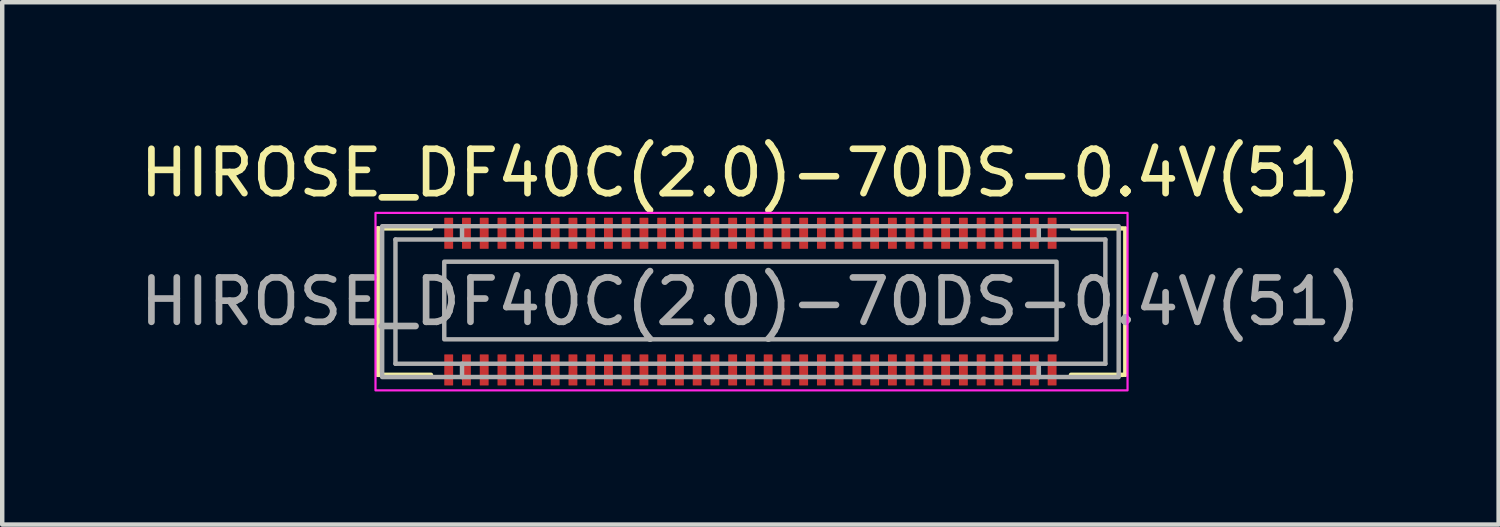
<source format=kicad_pcb>
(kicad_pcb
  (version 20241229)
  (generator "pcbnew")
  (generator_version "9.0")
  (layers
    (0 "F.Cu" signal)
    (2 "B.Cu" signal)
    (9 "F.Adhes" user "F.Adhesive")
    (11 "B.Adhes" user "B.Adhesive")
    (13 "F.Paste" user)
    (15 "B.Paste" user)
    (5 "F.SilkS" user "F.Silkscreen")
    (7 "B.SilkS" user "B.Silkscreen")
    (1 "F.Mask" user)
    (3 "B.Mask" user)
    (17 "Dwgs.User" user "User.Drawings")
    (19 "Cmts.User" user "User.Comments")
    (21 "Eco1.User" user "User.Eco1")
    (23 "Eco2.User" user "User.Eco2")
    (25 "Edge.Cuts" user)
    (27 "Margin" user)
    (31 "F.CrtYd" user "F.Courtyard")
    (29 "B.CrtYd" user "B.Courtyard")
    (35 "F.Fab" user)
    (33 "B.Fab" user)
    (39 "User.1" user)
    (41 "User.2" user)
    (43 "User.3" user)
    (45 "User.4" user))
  (footprint "HIROSE_DF40C(2.0)-70DS-0.4V(51)"
    (layer "F.Cu")
    (at 13.863 3.748)
    (property "Reference" "HIROSE_DF40C(2.0)-70DS-0.4V(51)" (at 0 -2.9 0) (unlocked yes) (layer "F.SilkS") (effects (font (size 1 1) (thickness 0.15))))
    (attr smd)
    (fp_rect (start -6.9 1.19) (end -6.7 1.89) (stroke (width 0) (type solid)) (fill yes) (layer "F.Mask"))
    (fp_rect (start -6.7 -1.19) (end -6.9 -1.89) (stroke (width 0) (type solid)) (fill yes) (layer "F.Mask"))
    (fp_rect (start -6.5 1.19) (end -6.3 1.89) (stroke (width 0) (type solid)) (fill yes) (layer "F.Mask"))
    (fp_rect (start -6.3 -1.19) (end -6.5 -1.89) (stroke (width 0) (type solid)) (fill yes) (layer "F.Mask"))
    (fp_rect (start -6.1 1.19) (end -5.9 1.89) (stroke (width 0) (type solid)) (fill yes) (layer "F.Mask"))
    (fp_rect (start -5.9 -1.19) (end -6.1 -1.89) (stroke (width 0) (type solid)) (fill yes) (layer "F.Mask"))
    (fp_rect (start -5.7 1.19) (end -5.5 1.89) (stroke (width 0) (type solid)) (fill yes) (layer "F.Mask"))
    (fp_rect (start -5.5 -1.19) (end -5.7 -1.89) (stroke (width 0) (type solid)) (fill yes) (layer "F.Mask"))
    (fp_rect (start -5.3 1.19) (end -5.1 1.89) (stroke (width 0) (type solid)) (fill yes) (layer "F.Mask"))
    (fp_rect (start -5.1 -1.19) (end -5.3 -1.89) (stroke (width 0) (type solid)) (fill yes) (layer "F.Mask"))
    (fp_rect (start -4.9 1.19) (end -4.7 1.89) (stroke (width 0) (type solid)) (fill yes) (layer "F.Mask"))
    (fp_rect (start -4.7 -1.19) (end -4.9 -1.89) (stroke (width 0) (type solid)) (fill yes) (layer "F.Mask"))
    (fp_rect (start -4.5 1.19) (end -4.3 1.89) (stroke (width 0) (type solid)) (fill yes) (layer "F.Mask"))
    (fp_rect (start -4.3 -1.19) (end -4.5 -1.89) (stroke (width 0) (type solid)) (fill yes) (layer "F.Mask"))
    (fp_rect (start -4.1 1.19) (end -3.9 1.89) (stroke (width 0) (type solid)) (fill yes) (layer "F.Mask"))
    (fp_rect (start -3.9 -1.19) (end -4.1 -1.89) (stroke (width 0) (type solid)) (fill yes) (layer "F.Mask"))
    (fp_rect (start -3.7 1.19) (end -3.5 1.89) (stroke (width 0) (type solid)) (fill yes) (layer "F.Mask"))
    (fp_rect (start -3.5 -1.19) (end -3.7 -1.89) (stroke (width 0) (type solid)) (fill yes) (layer "F.Mask"))
    (fp_rect (start -3.3 1.19) (end -3.1 1.89) (stroke (width 0) (type solid)) (fill yes) (layer "F.Mask"))
    (fp_rect (start -3.1 -1.19) (end -3.3 -1.89) (stroke (width 0) (type solid)) (fill yes) (layer "F.Mask"))
    (fp_rect (start -2.9 1.19) (end -2.7 1.89) (stroke (width 0) (type solid)) (fill yes) (layer "F.Mask"))
    (fp_rect (start -2.7 -1.19) (end -2.9 -1.89) (stroke (width 0) (type solid)) (fill yes) (layer "F.Mask"))
    (fp_rect (start -2.5 1.19) (end -2.3 1.89) (stroke (width 0) (type solid)) (fill yes) (layer "F.Mask"))
    (fp_rect (start -2.3 -1.19) (end -2.5 -1.89) (stroke (width 0) (type solid)) (fill yes) (layer "F.Mask"))
    (fp_rect (start -2.1 1.19) (end -1.9 1.89) (stroke (width 0) (type solid)) (fill yes) (layer "F.Mask"))
    (fp_rect (start -1.9 -1.19) (end -2.1 -1.89) (stroke (width 0) (type solid)) (fill yes) (layer "F.Mask"))
    (fp_rect (start -1.7 1.19) (end -1.5 1.89) (stroke (width 0) (type solid)) (fill yes) (layer "F.Mask"))
    (fp_rect (start -1.5 -1.19) (end -1.7 -1.89) (stroke (width 0) (type solid)) (fill yes) (layer "F.Mask"))
    (fp_rect (start -1.3 1.19) (end -1.1 1.89) (stroke (width 0) (type solid)) (fill yes) (layer "F.Mask"))
    (fp_rect (start -1.1 -1.19) (end -1.3 -1.89) (stroke (width 0) (type solid)) (fill yes) (layer "F.Mask"))
    (fp_rect (start -0.9 1.19) (end -0.7 1.89) (stroke (width 0) (type solid)) (fill yes) (layer "F.Mask"))
    (fp_rect (start -0.7 -1.19) (end -0.9 -1.89) (stroke (width 0) (type solid)) (fill yes) (layer "F.Mask"))
    (fp_rect (start -0.5 1.19) (end -0.3 1.89) (stroke (width 0) (type solid)) (fill yes) (layer "F.Mask"))
    (fp_rect (start -0.3 -1.19) (end -0.5 -1.89) (stroke (width 0) (type solid)) (fill yes) (layer "F.Mask"))
    (fp_rect (start -0.1 1.19) (end 0.1 1.89) (stroke (width 0) (type solid)) (fill yes) (layer "F.Mask"))
    (fp_rect (start 0.1 -1.19) (end -0.1 -1.89) (stroke (width 0) (type solid)) (fill yes) (layer "F.Mask"))
    (fp_rect (start 0.3 1.19) (end 0.5 1.89) (stroke (width 0) (type solid)) (fill yes) (layer "F.Mask"))
    (fp_rect (start 0.5 -1.19) (end 0.3 -1.89) (stroke (width 0) (type solid)) (fill yes) (layer "F.Mask"))
    (fp_rect (start 0.7 1.19) (end 0.9 1.89) (stroke (width 0) (type solid)) (fill yes) (layer "F.Mask"))
    (fp_rect (start 0.9 -1.19) (end 0.7 -1.89) (stroke (width 0) (type solid)) (fill yes) (layer "F.Mask"))
    (fp_rect (start 1.1 1.19) (end 1.3 1.89) (stroke (width 0) (type solid)) (fill yes) (layer "F.Mask"))
    (fp_rect (start 1.3 -1.19) (end 1.1 -1.89) (stroke (width 0) (type solid)) (fill yes) (layer "F.Mask"))
    (fp_rect (start 1.5 1.19) (end 1.7 1.89) (stroke (width 0) (type solid)) (fill yes) (layer "F.Mask"))
    (fp_rect (start 1.7 -1.19) (end 1.5 -1.89) (stroke (width 0) (type solid)) (fill yes) (layer "F.Mask"))
    (fp_rect (start 1.9 1.19) (end 2.1 1.89) (stroke (width 0) (type solid)) (fill yes) (layer "F.Mask"))
    (fp_rect (start 2.1 -1.19) (end 1.9 -1.89) (stroke (width 0) (type solid)) (fill yes) (layer "F.Mask"))
    (fp_rect (start 2.3 1.19) (end 2.5 1.89) (stroke (width 0) (type solid)) (fill yes) (layer "F.Mask"))
    (fp_rect (start 2.5 -1.19) (end 2.3 -1.89) (stroke (width 0) (type solid)) (fill yes) (layer "F.Mask"))
    (fp_rect (start 2.7 1.19) (end 2.9 1.89) (stroke (width 0) (type solid)) (fill yes) (layer "F.Mask"))
    (fp_rect (start 2.9 -1.19) (end 2.7 -1.89) (stroke (width 0) (type solid)) (fill yes) (layer "F.Mask"))
    (fp_rect (start 3.1 1.19) (end 3.3 1.89) (stroke (width 0) (type solid)) (fill yes) (layer "F.Mask"))
    (fp_rect (start 3.3 -1.19) (end 3.1 -1.89) (stroke (width 0) (type solid)) (fill yes) (layer "F.Mask"))
    (fp_rect (start 3.5 1.19) (end 3.7 1.89) (stroke (width 0) (type solid)) (fill yes) (layer "F.Mask"))
    (fp_rect (start 3.7 -1.19) (end 3.5 -1.89) (stroke (width 0) (type solid)) (fill yes) (layer "F.Mask"))
    (fp_rect (start 3.9 1.19) (end 4.1 1.89) (stroke (width 0) (type solid)) (fill yes) (layer "F.Mask"))
    (fp_rect (start 4.1 -1.19) (end 3.9 -1.89) (stroke (width 0) (type solid)) (fill yes) (layer "F.Mask"))
    (fp_rect (start 4.3 1.19) (end 4.5 1.89) (stroke (width 0) (type solid)) (fill yes) (layer "F.Mask"))
    (fp_rect (start 4.5 -1.19) (end 4.3 -1.89) (stroke (width 0) (type solid)) (fill yes) (layer "F.Mask"))
    (fp_rect (start 4.7 1.19) (end 4.9 1.89) (stroke (width 0) (type solid)) (fill yes) (layer "F.Mask"))
    (fp_rect (start 4.9 -1.19) (end 4.7 -1.89) (stroke (width 0) (type solid)) (fill yes) (layer "F.Mask"))
    (fp_rect (start 5.1 1.19) (end 5.3 1.89) (stroke (width 0) (type solid)) (fill yes) (layer "F.Mask"))
    (fp_rect (start 5.3 -1.19) (end 5.1 -1.89) (stroke (width 0) (type solid)) (fill yes) (layer "F.Mask"))
    (fp_rect (start 5.5 1.19) (end 5.7 1.89) (stroke (width 0) (type solid)) (fill yes) (layer "F.Mask"))
    (fp_rect (start 5.7 -1.19) (end 5.5 -1.89) (stroke (width 0) (type solid)) (fill yes) (layer "F.Mask"))
    (fp_rect (start 5.9 1.19) (end 6.1 1.89) (stroke (width 0) (type solid)) (fill yes) (layer "F.Mask"))
    (fp_rect (start 6.1 -1.19) (end 5.9 -1.89) (stroke (width 0) (type solid)) (fill yes) (layer "F.Mask"))
    (fp_rect (start 6.3 1.19) (end 6.5 1.89) (stroke (width 0) (type solid)) (fill yes) (layer "F.Mask"))
    (fp_rect (start 6.5 -1.19) (end 6.3 -1.89) (stroke (width 0) (type solid)) (fill yes) (layer "F.Mask"))
    (fp_rect (start 6.9 -1.19) (end 6.7 -1.89) (stroke (width 0) (type solid)) (fill yes) (layer "F.Mask"))
    (fp_line (start -8.4 -1.65) (end -7.2 -1.65) (stroke (width 0.1) (type default)) (layer "F.SilkS"))
    (fp_line (start -8.4 1.65) (end -8.4 -1.65) (stroke (width 0.1) (type default)) (layer "F.SilkS"))
    (fp_line (start -7.2 1.65) (end -8.4 1.65) (stroke (width 0.1) (type default)) (layer "F.SilkS"))
    (fp_line (start 7.25 -1.65) (end 8.4 -1.65) (stroke (width 0.1) (type default)) (layer "F.SilkS"))
    (fp_line (start 8.4 1.65) (end 7.225 1.65) (stroke (width 0.1) (type default)) (layer "F.SilkS"))
    (fp_line (start 8.45 -1.65) (end 8.45 1.65) (stroke (width 0.1) (type default)) (layer "F.SilkS"))
    (fp_rect (start 8.5 -2) (end -8.45 2) (stroke (width 0.05) (type solid)) (fill no) (layer "F.CrtYd"))
    (fp_line (start -8 -1.4) (end -8 1.4) (stroke (width 0.1) (type default)) (layer "F.Fab"))
    (fp_line (start -8 1.4) (end 8 1.4) (stroke (width 0.1) (type default)) (layer "F.Fab"))
    (fp_line (start -6.5 -1.7) (end -6.5 -1.4) (stroke (width 0.1) (type default)) (layer "F.Fab"))
    (fp_line (start -6.5 1.7) (end -6.5 1.4) (stroke (width 0.1) (type default)) (layer "F.Fab"))
    (fp_line (start 6.5 -1.4) (end 6.5 -1.7) (stroke (width 0.1) (type default)) (layer "F.Fab"))
    (fp_line (start 6.5 1.5) (end 6.5 1.7) (stroke (width 0.1) (type default)) (layer "F.Fab"))
    (fp_line (start 6.5 1.7) (end 6.5 1.4) (stroke (width 0.1) (type default)) (layer "F.Fab"))
    (fp_line (start 8 -1.4) (end -8 -1.4) (stroke (width 0.1) (type default)) (layer "F.Fab"))
    (fp_line (start 8 -1.4) (end 8 1.4) (stroke (width 0.1) (type default)) (layer "F.Fab"))
    (fp_rect (start -8.3 -1.7) (end 8.3 1.7) (stroke (width 0.1) (type default)) (fill no) (layer "F.Fab"))
    (fp_rect (start -6.9 -0.9) (end 6.9 0.85) (stroke (width 0.1) (type default)) (fill no) (layer "F.Fab"))
    (fp_text user "${REFERENCE}" (at 0 0 0) (unlocked yes) (layer "F.Fab") (effects (font (size 1 1) (thickness 0.15))))
    (pad "1" smd roundrect (at 6.8 1.54 180) (size 0.2 0.7) (layers "F.Cu" "F.Mask" "F.Paste") (roundrect_rratio 0.05))
    (pad "2" smd roundrect (at 6.8 -1.54 180) (size 0.2 0.7) (layers "F.Cu" "F.Mask" "F.Paste") (roundrect_rratio 0.05))
    (pad "3" smd roundrect (at 6.4 1.54 180) (size 0.2 0.7) (layers "F.Cu" "F.Mask" "F.Paste") (roundrect_rratio 0.05))
    (pad "4" smd roundrect (at 6.4 -1.54 180) (size 0.2 0.7) (layers "F.Cu" "F.Mask" "F.Paste") (roundrect_rratio 0.05))
    (pad "5" smd roundrect (at 6 1.54 180) (size 0.2 0.7) (layers "F.Cu" "F.Mask" "F.Paste") (roundrect_rratio 0.05))
    (pad "6" smd roundrect (at 6 -1.54 180) (size 0.2 0.7) (layers "F.Cu" "F.Mask" "F.Paste") (roundrect_rratio 0.05))
    (pad "7" smd roundrect (at 5.6 1.54 180) (size 0.2 0.7) (layers "F.Cu" "F.Mask" "F.Paste") (roundrect_rratio 0.05))
    (pad "8" smd roundrect (at 5.6 -1.54 180) (size 0.2 0.7) (layers "F.Cu" "F.Mask" "F.Paste") (roundrect_rratio 0.05))
    (pad "9" smd roundrect (at 5.2 1.54 180) (size 0.2 0.7) (layers "F.Cu" "F.Mask" "F.Paste") (roundrect_rratio 0.05))
    (pad "10" smd roundrect (at 5.2 -1.54 180) (size 0.2 0.7) (layers "F.Cu" "F.Mask" "F.Paste") (roundrect_rratio 0.05))
    (pad "11" smd roundrect (at 4.8 1.54 180) (size 0.2 0.7) (layers "F.Cu" "F.Mask" "F.Paste") (roundrect_rratio 0.05))
    (pad "12" smd roundrect (at 4.8 -1.54 180) (size 0.2 0.7) (layers "F.Cu" "F.Mask" "F.Paste") (roundrect_rratio 0.05))
    (pad "13" smd roundrect (at 4.4 1.54 180) (size 0.2 0.7) (layers "F.Cu" "F.Mask" "F.Paste") (roundrect_rratio 0.05))
    (pad "14" smd roundrect (at 4.4 -1.54 180) (size 0.2 0.7) (layers "F.Cu" "F.Mask" "F.Paste") (roundrect_rratio 0.05))
    (pad "15" smd roundrect (at 4 1.54 180) (size 0.2 0.7) (layers "F.Cu" "F.Mask" "F.Paste") (roundrect_rratio 0.05))
    (pad "16" smd roundrect (at 4 -1.54 180) (size 0.2 0.7) (layers "F.Cu" "F.Mask" "F.Paste") (roundrect_rratio 0.05))
    (pad "17" smd roundrect (at 3.6 1.54 180) (size 0.2 0.7) (layers "F.Cu" "F.Mask" "F.Paste") (roundrect_rratio 0.05))
    (pad "18" smd roundrect (at 3.6 -1.54 180) (size 0.2 0.7) (layers "F.Cu" "F.Mask" "F.Paste") (roundrect_rratio 0.05))
    (pad "19" smd roundrect (at 3.2 1.54 180) (size 0.2 0.7) (layers "F.Cu" "F.Mask" "F.Paste") (roundrect_rratio 0.05))
    (pad "20" smd roundrect (at 3.2 -1.54 180) (size 0.2 0.7) (layers "F.Cu" "F.Mask" "F.Paste") (roundrect_rratio 0.05))
    (pad "21" smd roundrect (at 2.8 1.54 180) (size 0.2 0.7) (layers "F.Cu" "F.Mask" "F.Paste") (roundrect_rratio 0.05))
    (pad "22" smd roundrect (at 2.8 -1.54 180) (size 0.2 0.7) (layers "F.Cu" "F.Mask" "F.Paste") (roundrect_rratio 0.05))
    (pad "23" smd roundrect (at 2.4 1.54 180) (size 0.2 0.7) (layers "F.Cu" "F.Mask" "F.Paste") (roundrect_rratio 0.05))
    (pad "24" smd roundrect (at 2.4 -1.54 180) (size 0.2 0.7) (layers "F.Cu" "F.Mask" "F.Paste") (roundrect_rratio 0.05))
    (pad "25" smd roundrect (at 2 1.54 180) (size 0.2 0.7) (layers "F.Cu" "F.Mask" "F.Paste") (roundrect_rratio 0.05))
    (pad "26" smd roundrect (at 2 -1.54 180) (size 0.2 0.7) (layers "F.Cu" "F.Mask" "F.Paste") (roundrect_rratio 0.05))
    (pad "27" smd roundrect (at 1.6 1.54 180) (size 0.2 0.7) (layers "F.Cu" "F.Mask" "F.Paste") (roundrect_rratio 0.05))
    (pad "28" smd roundrect (at 1.6 -1.54 180) (size 0.2 0.7) (layers "F.Cu" "F.Mask" "F.Paste") (roundrect_rratio 0.05))
    (pad "29" smd roundrect (at 1.2 1.54 180) (size 0.2 0.7) (layers "F.Cu" "F.Mask" "F.Paste") (roundrect_rratio 0.05))
    (pad "30" smd roundrect (at 1.2 -1.54 180) (size 0.2 0.7) (layers "F.Cu" "F.Mask" "F.Paste") (roundrect_rratio 0.05))
    (pad "31" smd roundrect (at 0.8 1.54 180) (size 0.2 0.7) (layers "F.Cu" "F.Mask" "F.Paste") (roundrect_rratio 0.05))
    (pad "32" smd roundrect (at 0.8 -1.54 180) (size 0.2 0.7) (layers "F.Cu" "F.Mask" "F.Paste") (roundrect_rratio 0.05))
    (pad "33" smd roundrect (at 0.4 1.54 180) (size 0.2 0.7) (layers "F.Cu" "F.Mask" "F.Paste") (roundrect_rratio 0.05))
    (pad "34" smd roundrect (at 0.4 -1.54 180) (size 0.2 0.7) (layers "F.Cu" "F.Mask" "F.Paste") (roundrect_rratio 0.05))
    (pad "35" smd roundrect (at 0 1.54 180) (size 0.2 0.7) (layers "F.Cu" "F.Mask" "F.Paste") (roundrect_rratio 0.05))
    (pad "36" smd roundrect (at 0 -1.54 180) (size 0.2 0.7) (layers "F.Cu" "F.Mask" "F.Paste") (roundrect_rratio 0.05))
    (pad "37" smd roundrect (at -0.4 1.54 180) (size 0.2 0.7) (layers "F.Cu" "F.Mask" "F.Paste") (roundrect_rratio 0.05))
    (pad "38" smd roundrect (at -0.4 -1.54 180) (size 0.2 0.7) (layers "F.Cu" "F.Mask" "F.Paste") (roundrect_rratio 0.05))
    (pad "39" smd roundrect (at -0.8 1.54 180) (size 0.2 0.7) (layers "F.Cu" "F.Mask" "F.Paste") (roundrect_rratio 0.05))
    (pad "40" smd roundrect (at -0.8 -1.54 180) (size 0.2 0.7) (layers "F.Cu" "F.Mask" "F.Paste") (roundrect_rratio 0.05))
    (pad "41" smd roundrect (at -1.2 1.54 180) (size 0.2 0.7) (layers "F.Cu" "F.Mask" "F.Paste") (roundrect_rratio 0.05))
    (pad "42" smd roundrect (at -1.2 -1.54 180) (size 0.2 0.7) (layers "F.Cu" "F.Mask" "F.Paste") (roundrect_rratio 0.05))
    (pad "43" smd roundrect (at -1.6 1.54 180) (size 0.2 0.7) (layers "F.Cu" "F.Mask" "F.Paste") (roundrect_rratio 0.05))
    (pad "44" smd roundrect (at -1.6 -1.54 180) (size 0.2 0.7) (layers "F.Cu" "F.Mask" "F.Paste") (roundrect_rratio 0.05))
    (pad "45" smd roundrect (at -2 1.54 180) (size 0.2 0.7) (layers "F.Cu" "F.Mask" "F.Paste") (roundrect_rratio 0.05))
    (pad "46" smd roundrect (at -2 -1.54 180) (size 0.2 0.7) (layers "F.Cu" "F.Mask" "F.Paste") (roundrect_rratio 0.05))
    (pad "47" smd roundrect (at -2.4 1.54 180) (size 0.2 0.7) (layers "F.Cu" "F.Mask" "F.Paste") (roundrect_rratio 0.05))
    (pad "48" smd roundrect (at -2.4 -1.54 180) (size 0.2 0.7) (layers "F.Cu" "F.Mask" "F.Paste") (roundrect_rratio 0.05))
    (pad "49" smd roundrect (at -2.8 1.54 180) (size 0.2 0.7) (layers "F.Cu" "F.Mask" "F.Paste") (roundrect_rratio 0.05))
    (pad "50" smd roundrect (at -2.8 -1.54 180) (size 0.2 0.7) (layers "F.Cu" "F.Mask" "F.Paste") (roundrect_rratio 0.05))
    (pad "51" smd roundrect (at -3.2 1.54 180) (size 0.2 0.7) (layers "F.Cu" "F.Mask" "F.Paste") (roundrect_rratio 0.05))
    (pad "52" smd roundrect (at -3.2 -1.54 180) (size 0.2 0.7) (layers "F.Cu" "F.Mask" "F.Paste") (roundrect_rratio 0.05))
    (pad "53" smd roundrect (at -3.6 1.54 180) (size 0.2 0.7) (layers "F.Cu" "F.Mask" "F.Paste") (roundrect_rratio 0.05))
    (pad "54" smd roundrect (at -3.6 -1.54 180) (size 0.2 0.7) (layers "F.Cu" "F.Mask" "F.Paste") (roundrect_rratio 0.05))
    (pad "55" smd roundrect (at -4 1.54 180) (size 0.2 0.7) (layers "F.Cu" "F.Mask" "F.Paste") (roundrect_rratio 0.05))
    (pad "56" smd roundrect (at -4 -1.54 180) (size 0.2 0.7) (layers "F.Cu" "F.Mask" "F.Paste") (roundrect_rratio 0.05))
    (pad "57" smd roundrect (at -4.4 1.54 180) (size 0.2 0.7) (layers "F.Cu" "F.Mask" "F.Paste") (roundrect_rratio 0.05))
    (pad "58" smd roundrect (at -4.4 -1.54 180) (size 0.2 0.7) (layers "F.Cu" "F.Mask" "F.Paste") (roundrect_rratio 0.05))
    (pad "59" smd roundrect (at -4.8 1.54 180) (size 0.2 0.7) (layers "F.Cu" "F.Mask" "F.Paste") (roundrect_rratio 0.05))
    (pad "60" smd roundrect (at -4.8 -1.54 180) (size 0.2 0.7) (layers "F.Cu" "F.Mask" "F.Paste") (roundrect_rratio 0.05))
    (pad "61" smd roundrect (at -5.2 1.54 180) (size 0.2 0.7) (layers "F.Cu" "F.Mask" "F.Paste") (roundrect_rratio 0.05))
    (pad "62" smd roundrect (at -5.2 -1.54 180) (size 0.2 0.7) (layers "F.Cu" "F.Mask" "F.Paste") (roundrect_rratio 0.05))
    (pad "63" smd roundrect (at -5.6 1.54 180) (size 0.2 0.7) (layers "F.Cu" "F.Mask" "F.Paste") (roundrect_rratio 0.05))
    (pad "64" smd roundrect (at -5.6 -1.54 180) (size 0.2 0.7) (layers "F.Cu" "F.Mask" "F.Paste") (roundrect_rratio 0.05))
    (pad "65" smd roundrect (at -6 1.54 180) (size 0.2 0.7) (layers "F.Cu" "F.Mask" "F.Paste") (roundrect_rratio 0.05))
    (pad "66" smd roundrect (at -6 -1.54 180) (size 0.2 0.7) (layers "F.Cu" "F.Mask" "F.Paste") (roundrect_rratio 0.05))
    (pad "67" smd roundrect (at -6.4 1.54 180) (size 0.2 0.7) (layers "F.Cu" "F.Mask" "F.Paste") (roundrect_rratio 0.05))
    (pad "68" smd roundrect (at -6.4 -1.54 180) (size 0.2 0.7) (layers "F.Cu" "F.Mask" "F.Paste") (roundrect_rratio 0.05))
    (pad "69" smd roundrect (at -6.8 1.54 180) (size 0.2 0.7) (layers "F.Cu" "F.Mask" "F.Paste") (roundrect_rratio 0.05))
    (pad "70" smd roundrect (at -6.8 -1.54 180) (size 0.2 0.7) (layers "F.Cu" "F.Mask" "F.Paste") (roundrect_rratio 0.05))
    (zone (net_name "") (layer "F.Cu") (hatch edge 0.508) (connect_pads) (min_thickness 0.254) (filled_areas_thickness no) (keepout (tracks not_allowed) (vias not_allowed) (pads not_allowed) (copperpour allowed) (footprints allowed)) (placement (enabled no)) (fill) (polygon (pts (xy 6.963 2.558) (xy 7.163 2.558) (xy 7.163 2.998) (xy 6.963 2.998))))
    (zone (net_name "") (layer "F.Cu") (hatch edge 0.508) (connect_pads) (min_thickness 0.254) (filled_areas_thickness no) (keepout (tracks not_allowed) (vias not_allowed) (pads not_allowed) (copperpour allowed) (footprints allowed)) (placement (enabled no)) (fill) (polygon (pts (xy 7.163 4.938) (xy 6.963 4.938) (xy 6.963 4.498) (xy 7.163 4.498))))
    (zone (net_name "") (layer "F.Cu") (hatch edge 0.508) (connect_pads) (min_thickness 0.254) (filled_areas_thickness no) (keepout (tracks not_allowed) (vias not_allowed) (pads not_allowed) (copperpour allowed) (footprints allowed)) (placement (enabled no)) (fill) (polygon (pts (xy 7.363 2.558) (xy 7.563 2.558) (xy 7.563 2.998) (xy 7.363 2.998))))
    (zone (net_name "") (layer "F.Cu") (hatch edge 0.508) (connect_pads) (min_thickness 0.254) (filled_areas_thickness no) (keepout (tracks not_allowed) (vias not_allowed) (pads not_allowed) (copperpour allowed) (footprints allowed)) (placement (enabled no)) (fill) (polygon (pts (xy 7.563 4.938) (xy 7.363 4.938) (xy 7.363 4.498) (xy 7.563 4.498))))
    (zone (net_name "") (layer "F.Cu") (hatch edge 0.508) (connect_pads) (min_thickness 0.254) (filled_areas_thickness no) (keepout (tracks not_allowed) (vias not_allowed) (pads not_allowed) (copperpour allowed) (footprints allowed)) (placement (enabled no)) (fill) (polygon (pts (xy 7.763 2.558) (xy 7.963 2.558) (xy 7.963 2.998) (xy 7.763 2.998))))
    (zone (net_name "") (layer "F.Cu") (hatch edge 0.508) (connect_pads) (min_thickness 0.254) (filled_areas_thickness no) (keepout (tracks not_allowed) (vias not_allowed) (pads not_allowed) (copperpour allowed) (footprints allowed)) (placement (enabled no)) (fill) (polygon (pts (xy 7.963 4.938) (xy 7.763 4.938) (xy 7.763 4.498) (xy 7.963 4.498))))
    (zone (net_name "") (layer "F.Cu") (hatch edge 0.508) (connect_pads) (min_thickness 0.254) (filled_areas_thickness no) (keepout (tracks not_allowed) (vias not_allowed) (pads not_allowed) (copperpour allowed) (footprints allowed)) (placement (enabled no)) (fill) (polygon (pts (xy 8.163 2.558) (xy 8.363 2.558) (xy 8.363 2.998) (xy 8.163 2.998))))
    (zone (net_name "") (layer "F.Cu") (hatch edge 0.508) (connect_pads) (min_thickness 0.254) (filled_areas_thickness no) (keepout (tracks not_allowed) (vias not_allowed) (pads not_allowed) (copperpour allowed) (footprints allowed)) (placement (enabled no)) (fill) (polygon (pts (xy 8.363 4.938) (xy 8.163 4.938) (xy 8.163 4.498) (xy 8.363 4.498))))
    (zone (net_name "") (layer "F.Cu") (hatch edge 0.508) (connect_pads) (min_thickness 0.254) (filled_areas_thickness no) (keepout (tracks not_allowed) (vias not_allowed) (pads not_allowed) (copperpour allowed) (footprints allowed)) (placement (enabled no)) (fill) (polygon (pts (xy 8.563 2.558) (xy 8.763 2.558) (xy 8.763 2.998) (xy 8.563 2.998))))
    (zone (net_name "") (layer "F.Cu") (hatch edge 0.508) (connect_pads) (min_thickness 0.254) (filled_areas_thickness no) (keepout (tracks not_allowed) (vias not_allowed) (pads not_allowed) (copperpour allowed) (footprints allowed)) (placement (enabled no)) (fill) (polygon (pts (xy 8.763 4.938) (xy 8.563 4.938) (xy 8.563 4.498) (xy 8.763 4.498))))
    (zone (net_name "") (layer "F.Cu") (hatch edge 0.508) (connect_pads) (min_thickness 0.254) (filled_areas_thickness no) (keepout (tracks not_allowed) (vias not_allowed) (pads not_allowed) (copperpour allowed) (footprints allowed)) (placement (enabled no)) (fill) (polygon (pts (xy 8.963 2.558) (xy 9.163 2.558) (xy 9.163 2.998) (xy 8.963 2.998))))
    (zone (net_name "") (layer "F.Cu") (hatch edge 0.508) (connect_pads) (min_thickness 0.254) (filled_areas_thickness no) (keepout (tracks not_allowed) (vias not_allowed) (pads not_allowed) (copperpour allowed) (footprints allowed)) (placement (enabled no)) (fill) (polygon (pts (xy 9.163 4.938) (xy 8.963 4.938) (xy 8.963 4.498) (xy 9.163 4.498))))
    (zone (net_name "") (layer "F.Cu") (hatch edge 0.508) (connect_pads) (min_thickness 0.254) (filled_areas_thickness no) (keepout (tracks not_allowed) (vias not_allowed) (pads not_allowed) (copperpour allowed) (footprints allowed)) (placement (enabled no)) (fill) (polygon (pts (xy 9.363 2.558) (xy 9.563 2.558) (xy 9.563 2.998) (xy 9.363 2.998))))
    (zone (net_name "") (layer "F.Cu") (hatch edge 0.508) (connect_pads) (min_thickness 0.254) (filled_areas_thickness no) (keepout (tracks not_allowed) (vias not_allowed) (pads not_allowed) (copperpour allowed) (footprints allowed)) (placement (enabled no)) (fill) (polygon (pts (xy 9.563 4.938) (xy 9.363 4.938) (xy 9.363 4.498) (xy 9.563 4.498))))
    (zone (net_name "") (layer "F.Cu") (hatch edge 0.508) (connect_pads) (min_thickness 0.254) (filled_areas_thickness no) (keepout (tracks not_allowed) (vias not_allowed) (pads not_allowed) (copperpour allowed) (footprints allowed)) (placement (enabled no)) (fill) (polygon (pts (xy 9.763 2.558) (xy 9.963 2.558) (xy 9.963 2.998) (xy 9.763 2.998))))
    (zone (net_name "") (layer "F.Cu") (hatch edge 0.508) (connect_pads) (min_thickness 0.254) (filled_areas_thickness no) (keepout (tracks not_allowed) (vias not_allowed) (pads not_allowed) (copperpour allowed) (footprints allowed)) (placement (enabled no)) (fill) (polygon (pts (xy 9.963 4.938) (xy 9.763 4.938) (xy 9.763 4.498) (xy 9.963 4.498))))
    (zone (net_name "") (layer "F.Cu") (hatch edge 0.508) (connect_pads) (min_thickness 0.254) (filled_areas_thickness no) (keepout (tracks not_allowed) (vias not_allowed) (pads not_allowed) (copperpour allowed) (footprints allowed)) (placement (enabled no)) (fill) (polygon (pts (xy 10.163 2.558) (xy 10.363 2.558) (xy 10.363 2.998) (xy 10.163 2.998))))
    (zone (net_name "") (layer "F.Cu") (hatch edge 0.508) (connect_pads) (min_thickness 0.254) (filled_areas_thickness no) (keepout (tracks not_allowed) (vias not_allowed) (pads not_allowed) (copperpour allowed) (footprints allowed)) (placement (enabled no)) (fill) (polygon (pts (xy 10.363 4.938) (xy 10.163 4.938) (xy 10.163 4.498) (xy 10.363 4.498))))
    (zone (net_name "") (layer "F.Cu") (hatch edge 0.508) (connect_pads) (min_thickness 0.254) (filled_areas_thickness no) (keepout (tracks not_allowed) (vias not_allowed) (pads not_allowed) (copperpour allowed) (footprints allowed)) (placement (enabled no)) (fill) (polygon (pts (xy 10.563 2.558) (xy 10.763 2.558) (xy 10.763 2.998) (xy 10.563 2.998))))
    (zone (net_name "") (layer "F.Cu") (hatch edge 0.508) (connect_pads) (min_thickness 0.254) (filled_areas_thickness no) (keepout (tracks not_allowed) (vias not_allowed) (pads not_allowed) (copperpour allowed) (footprints allowed)) (placement (enabled no)) (fill) (polygon (pts (xy 10.763 4.938) (xy 10.563 4.938) (xy 10.563 4.498) (xy 10.763 4.498))))
    (zone (net_name "") (layer "F.Cu") (hatch edge 0.508) (connect_pads) (min_thickness 0.254) (filled_areas_thickness no) (keepout (tracks not_allowed) (vias not_allowed) (pads not_allowed) (copperpour allowed) (footprints allowed)) (placement (enabled no)) (fill) (polygon (pts (xy 10.963 2.558) (xy 11.163 2.558) (xy 11.163 2.998) (xy 10.963 2.998))))
    (zone (net_name "") (layer "F.Cu") (hatch edge 0.508) (connect_pads) (min_thickness 0.254) (filled_areas_thickness no) (keepout (tracks not_allowed) (vias not_allowed) (pads not_allowed) (copperpour allowed) (footprints allowed)) (placement (enabled no)) (fill) (polygon (pts (xy 11.163 4.938) (xy 10.963 4.938) (xy 10.963 4.498) (xy 11.163 4.498))))
    (zone (net_name "") (layer "F.Cu") (hatch edge 0.508) (connect_pads) (min_thickness 0.254) (filled_areas_thickness no) (keepout (tracks not_allowed) (vias not_allowed) (pads not_allowed) (copperpour allowed) (footprints allowed)) (placement (enabled no)) (fill) (polygon (pts (xy 11.363 2.558) (xy 11.563 2.558) (xy 11.563 2.998) (xy 11.363 2.998))))
    (zone (net_name "") (layer "F.Cu") (hatch edge 0.508) (connect_pads) (min_thickness 0.254) (filled_areas_thickness no) (keepout (tracks not_allowed) (vias not_allowed) (pads not_allowed) (copperpour allowed) (footprints allowed)) (placement (enabled no)) (fill) (polygon (pts (xy 11.563 4.938) (xy 11.363 4.938) (xy 11.363 4.498) (xy 11.563 4.498))))
    (zone (net_name "") (layer "F.Cu") (hatch edge 0.508) (connect_pads) (min_thickness 0.254) (filled_areas_thickness no) (keepout (tracks not_allowed) (vias not_allowed) (pads not_allowed) (copperpour allowed) (footprints allowed)) (placement (enabled no)) (fill) (polygon (pts (xy 11.763 2.558) (xy 11.963 2.558) (xy 11.963 2.998) (xy 11.763 2.998))))
    (zone (net_name "") (layer "F.Cu") (hatch edge 0.508) (connect_pads) (min_thickness 0.254) (filled_areas_thickness no) (keepout (tracks not_allowed) (vias not_allowed) (pads not_allowed) (copperpour allowed) (footprints allowed)) (placement (enabled no)) (fill) (polygon (pts (xy 11.963 4.938) (xy 11.763 4.938) (xy 11.763 4.498) (xy 11.963 4.498))))
    (zone (net_name "") (layer "F.Cu") (hatch edge 0.508) (connect_pads) (min_thickness 0.254) (filled_areas_thickness no) (keepout (tracks not_allowed) (vias not_allowed) (pads not_allowed) (copperpour allowed) (footprints allowed)) (placement (enabled no)) (fill) (polygon (pts (xy 12.163 2.558) (xy 12.363 2.558) (xy 12.363 2.998) (xy 12.163 2.998))))
    (zone (net_name "") (layer "F.Cu") (hatch edge 0.508) (connect_pads) (min_thickness 0.254) (filled_areas_thickness no) (keepout (tracks not_allowed) (vias not_allowed) (pads not_allowed) (copperpour allowed) (footprints allowed)) (placement (enabled no)) (fill) (polygon (pts (xy 12.363 4.938) (xy 12.163 4.938) (xy 12.163 4.498) (xy 12.363 4.498))))
    (zone (net_name "") (layer "F.Cu") (hatch edge 0.508) (connect_pads) (min_thickness 0.254) (filled_areas_thickness no) (keepout (tracks not_allowed) (vias not_allowed) (pads not_allowed) (copperpour allowed) (footprints allowed)) (placement (enabled no)) (fill) (polygon (pts (xy 12.563 2.558) (xy 12.763 2.558) (xy 12.763 2.998) (xy 12.563 2.998))))
    (zone (net_name "") (layer "F.Cu") (hatch edge 0.508) (connect_pads) (min_thickness 0.254) (filled_areas_thickness no) (keepout (tracks not_allowed) (vias not_allowed) (pads not_allowed) (copperpour allowed) (footprints allowed)) (placement (enabled no)) (fill) (polygon (pts (xy 12.763 4.938) (xy 12.563 4.938) (xy 12.563 4.498) (xy 12.763 4.498))))
    (zone (net_name "") (layer "F.Cu") (hatch edge 0.508) (connect_pads) (min_thickness 0.254) (filled_areas_thickness no) (keepout (tracks not_allowed) (vias not_allowed) (pads not_allowed) (copperpour allowed) (footprints allowed)) (placement (enabled no)) (fill) (polygon (pts (xy 12.963 2.558) (xy 13.163 2.558) (xy 13.163 2.998) (xy 12.963 2.998))))
    (zone (net_name "") (layer "F.Cu") (hatch edge 0.508) (connect_pads) (min_thickness 0.254) (filled_areas_thickness no) (keepout (tracks not_allowed) (vias not_allowed) (pads not_allowed) (copperpour allowed) (footprints allowed)) (placement (enabled no)) (fill) (polygon (pts (xy 13.163 4.938) (xy 12.963 4.938) (xy 12.963 4.498) (xy 13.163 4.498))))
    (zone (net_name "") (layer "F.Cu") (hatch edge 0.508) (connect_pads) (min_thickness 0.254) (filled_areas_thickness no) (keepout (tracks not_allowed) (vias not_allowed) (pads not_allowed) (copperpour allowed) (footprints allowed)) (placement (enabled no)) (fill) (polygon (pts (xy 13.363 2.558) (xy 13.563 2.558) (xy 13.563 2.998) (xy 13.363 2.998))))
    (zone (net_name "") (layer "F.Cu") (hatch edge 0.508) (connect_pads) (min_thickness 0.254) (filled_areas_thickness no) (keepout (tracks not_allowed) (vias not_allowed) (pads not_allowed) (copperpour allowed) (footprints allowed)) (placement (enabled no)) (fill) (polygon (pts (xy 13.563 4.938) (xy 13.363 4.938) (xy 13.363 4.498) (xy 13.563 4.498))))
    (zone (net_name "") (layer "F.Cu") (hatch edge 0.508) (connect_pads) (min_thickness 0.254) (filled_areas_thickness no) (keepout (tracks not_allowed) (vias not_allowed) (pads not_allowed) (copperpour allowed) (footprints allowed)) (placement (enabled no)) (fill) (polygon (pts (xy 13.763 2.558) (xy 13.963 2.558) (xy 13.963 2.998) (xy 13.763 2.998))))
    (zone (net_name "") (layer "F.Cu") (hatch edge 0.508) (connect_pads) (min_thickness 0.254) (filled_areas_thickness no) (keepout (tracks not_allowed) (vias not_allowed) (pads not_allowed) (copperpour allowed) (footprints allowed)) (placement (enabled no)) (fill) (polygon (pts (xy 13.963 4.938) (xy 13.763 4.938) (xy 13.763 4.498) (xy 13.963 4.498))))
    (zone (net_name "") (layer "F.Cu") (hatch edge 0.508) (connect_pads) (min_thickness 0.254) (filled_areas_thickness no) (keepout (tracks not_allowed) (vias not_allowed) (pads not_allowed) (copperpour allowed) (footprints allowed)) (placement (enabled no)) (fill) (polygon (pts (xy 14.163 2.558) (xy 14.363 2.558) (xy 14.363 2.998) (xy 14.163 2.998))))
    (zone (net_name "") (layer "F.Cu") (hatch edge 0.508) (connect_pads) (min_thickness 0.254) (filled_areas_thickness no) (keepout (tracks not_allowed) (vias not_allowed) (pads not_allowed) (copperpour allowed) (footprints allowed)) (placement (enabled no)) (fill) (polygon (pts (xy 14.363 4.938) (xy 14.163 4.938) (xy 14.163 4.498) (xy 14.363 4.498))))
    (zone (net_name "") (layer "F.Cu") (hatch edge 0.508) (connect_pads) (min_thickness 0.254) (filled_areas_thickness no) (keepout (tracks not_allowed) (vias not_allowed) (pads not_allowed) (copperpour allowed) (footprints allowed)) (placement (enabled no)) (fill) (polygon (pts (xy 14.563 2.558) (xy 14.763 2.558) (xy 14.763 2.998) (xy 14.563 2.998))))
    (zone (net_name "") (layer "F.Cu") (hatch edge 0.508) (connect_pads) (min_thickness 0.254) (filled_areas_thickness no) (keepout (tracks not_allowed) (vias not_allowed) (pads not_allowed) (copperpour allowed) (footprints allowed)) (placement (enabled no)) (fill) (polygon (pts (xy 14.763 4.938) (xy 14.563 4.938) (xy 14.563 4.498) (xy 14.763 4.498))))
    (zone (net_name "") (layer "F.Cu") (hatch edge 0.508) (connect_pads) (min_thickness 0.254) (filled_areas_thickness no) (keepout (tracks not_allowed) (vias not_allowed) (pads not_allowed) (copperpour allowed) (footprints allowed)) (placement (enabled no)) (fill) (polygon (pts (xy 14.963 2.558) (xy 15.163 2.558) (xy 15.163 2.998) (xy 14.963 2.998))))
    (zone (net_name "") (layer "F.Cu") (hatch edge 0.508) (connect_pads) (min_thickness 0.254) (filled_areas_thickness no) (keepout (tracks not_allowed) (vias not_allowed) (pads not_allowed) (copperpour allowed) (footprints allowed)) (placement (enabled no)) (fill) (polygon (pts (xy 15.163 4.938) (xy 14.963 4.938) (xy 14.963 4.498) (xy 15.163 4.498))))
    (zone (net_name "") (layer "F.Cu") (hatch edge 0.508) (connect_pads) (min_thickness 0.254) (filled_areas_thickness no) (keepout (tracks not_allowed) (vias not_allowed) (pads not_allowed) (copperpour allowed) (footprints allowed)) (placement (enabled no)) (fill) (polygon (pts (xy 15.363 2.558) (xy 15.563 2.558) (xy 15.563 2.998) (xy 15.363 2.998))))
    (zone (net_name "") (layer "F.Cu") (hatch edge 0.508) (connect_pads) (min_thickness 0.254) (filled_areas_thickness no) (keepout (tracks not_allowed) (vias not_allowed) (pads not_allowed) (copperpour allowed) (footprints allowed)) (placement (enabled no)) (fill) (polygon (pts (xy 15.563 4.938) (xy 15.363 4.938) (xy 15.363 4.498) (xy 15.563 4.498))))
    (zone (net_name "") (layer "F.Cu") (hatch edge 0.508) (connect_pads) (min_thickness 0.254) (filled_areas_thickness no) (keepout (tracks not_allowed) (vias not_allowed) (pads not_allowed) (copperpour allowed) (footprints allowed)) (placement (enabled no)) (fill) (polygon (pts (xy 15.763 2.558) (xy 15.963 2.558) (xy 15.963 2.998) (xy 15.763 2.998))))
    (zone (net_name "") (layer "F.Cu") (hatch edge 0.508) (connect_pads) (min_thickness 0.254) (filled_areas_thickness no) (keepout (tracks not_allowed) (vias not_allowed) (pads not_allowed) (copperpour allowed) (footprints allowed)) (placement (enabled no)) (fill) (polygon (pts (xy 15.963 4.938) (xy 15.763 4.938) (xy 15.763 4.498) (xy 15.963 4.498))))
    (zone (net_name "") (layer "F.Cu") (hatch edge 0.508) (connect_pads) (min_thickness 0.254) (filled_areas_thickness no) (keepout (tracks not_allowed) (vias not_allowed) (pads not_allowed) (copperpour allowed) (footprints allowed)) (placement (enabled no)) (fill) (polygon (pts (xy 16.163 2.558) (xy 16.363 2.558) (xy 16.363 2.998) (xy 16.163 2.998))))
    (zone (net_name "") (layer "F.Cu") (hatch edge 0.508) (connect_pads) (min_thickness 0.254) (filled_areas_thickness no) (keepout (tracks not_allowed) (vias not_allowed) (pads not_allowed) (copperpour allowed) (footprints allowed)) (placement (enabled no)) (fill) (polygon (pts (xy 16.363 4.938) (xy 16.163 4.938) (xy 16.163 4.498) (xy 16.363 4.498))))
    (zone (net_name "") (layer "F.Cu") (hatch edge 0.508) (connect_pads) (min_thickness 0.254) (filled_areas_thickness no) (keepout (tracks not_allowed) (vias not_allowed) (pads not_allowed) (copperpour allowed) (footprints allowed)) (placement (enabled no)) (fill) (polygon (pts (xy 16.563 2.558) (xy 16.763 2.558) (xy 16.763 2.998) (xy 16.563 2.998))))
    (zone (net_name "") (layer "F.Cu") (hatch edge 0.508) (connect_pads) (min_thickness 0.254) (filled_areas_thickness no) (keepout (tracks not_allowed) (vias not_allowed) (pads not_allowed) (copperpour allowed) (footprints allowed)) (placement (enabled no)) (fill) (polygon (pts (xy 16.763 4.938) (xy 16.563 4.938) (xy 16.563 4.498) (xy 16.763 4.498))))
    (zone (net_name "") (layer "F.Cu") (hatch edge 0.508) (connect_pads) (min_thickness 0.254) (filled_areas_thickness no) (keepout (tracks not_allowed) (vias not_allowed) (pads not_allowed) (copperpour allowed) (footprints allowed)) (placement (enabled no)) (fill) (polygon (pts (xy 16.963 2.558) (xy 17.163 2.558) (xy 17.163 2.998) (xy 16.963 2.998))))
    (zone (net_name "") (layer "F.Cu") (hatch edge 0.508) (connect_pads) (min_thickness 0.254) (filled_areas_thickness no) (keepout (tracks not_allowed) (vias not_allowed) (pads not_allowed) (copperpour allowed) (footprints allowed)) (placement (enabled no)) (fill) (polygon (pts (xy 17.163 4.938) (xy 16.963 4.938) (xy 16.963 4.498) (xy 17.163 4.498))))
    (zone (net_name "") (layer "F.Cu") (hatch edge 0.508) (connect_pads) (min_thickness 0.254) (filled_areas_thickness no) (keepout (tracks not_allowed) (vias not_allowed) (pads not_allowed) (copperpour allowed) (footprints allowed)) (placement (enabled no)) (fill) (polygon (pts (xy 17.363 2.558) (xy 17.563 2.558) (xy 17.563 2.998) (xy 17.363 2.998))))
    (zone (net_name "") (layer "F.Cu") (hatch edge 0.508) (connect_pads) (min_thickness 0.254) (filled_areas_thickness no) (keepout (tracks not_allowed) (vias not_allowed) (pads not_allowed) (copperpour allowed) (footprints allowed)) (placement (enabled no)) (fill) (polygon (pts (xy 17.563 4.938) (xy 17.363 4.938) (xy 17.363 4.498) (xy 17.563 4.498))))
    (zone (net_name "") (layer "F.Cu") (hatch edge 0.508) (connect_pads) (min_thickness 0.254) (filled_areas_thickness no) (keepout (tracks not_allowed) (vias not_allowed) (pads not_allowed) (copperpour allowed) (footprints allowed)) (placement (enabled no)) (fill) (polygon (pts (xy 17.763 2.558) (xy 17.963 2.558) (xy 17.963 2.998) (xy 17.763 2.998))))
    (zone (net_name "") (layer "F.Cu") (hatch edge 0.508) (connect_pads) (min_thickness 0.254) (filled_areas_thickness no) (keepout (tracks not_allowed) (vias not_allowed) (pads not_allowed) (copperpour allowed) (footprints allowed)) (placement (enabled no)) (fill) (polygon (pts (xy 17.963 4.938) (xy 17.763 4.938) (xy 17.763 4.498) (xy 17.963 4.498))))
    (zone (net_name "") (layer "F.Cu") (hatch edge 0.508) (connect_pads) (min_thickness 0.254) (filled_areas_thickness no) (keepout (tracks not_allowed) (vias not_allowed) (pads not_allowed) (copperpour allowed) (footprints allowed)) (placement (enabled no)) (fill) (polygon (pts (xy 18.163 2.558) (xy 18.363 2.558) (xy 18.363 2.998) (xy 18.163 2.998))))
    (zone (net_name "") (layer "F.Cu") (hatch edge 0.508) (connect_pads) (min_thickness 0.254) (filled_areas_thickness no) (keepout (tracks not_allowed) (vias not_allowed) (pads not_allowed) (copperpour allowed) (footprints allowed)) (placement (enabled no)) (fill) (polygon (pts (xy 18.363 4.938) (xy 18.163 4.938) (xy 18.163 4.498) (xy 18.363 4.498))))
    (zone (net_name "") (layer "F.Cu") (hatch edge 0.508) (connect_pads) (min_thickness 0.254) (filled_areas_thickness no) (keepout (tracks not_allowed) (vias not_allowed) (pads not_allowed) (copperpour allowed) (footprints allowed)) (placement (enabled no)) (fill) (polygon (pts (xy 18.563 2.558) (xy 18.763 2.558) (xy 18.763 2.998) (xy 18.563 2.998))))
    (zone (net_name "") (layer "F.Cu") (hatch edge 0.508) (connect_pads) (min_thickness 0.254) (filled_areas_thickness no) (keepout (tracks not_allowed) (vias not_allowed) (pads not_allowed) (copperpour allowed) (footprints allowed)) (placement (enabled no)) (fill) (polygon (pts (xy 18.763 4.938) (xy 18.563 4.938) (xy 18.563 4.498) (xy 18.763 4.498))))
    (zone (net_name "") (layer "F.Cu") (hatch edge 0.508) (connect_pads) (min_thickness 0.254) (filled_areas_thickness no) (keepout (tracks not_allowed) (vias not_allowed) (pads not_allowed) (copperpour allowed) (footprints allowed)) (placement (enabled no)) (fill) (polygon (pts (xy 18.963 2.558) (xy 19.163 2.558) (xy 19.163 2.998) (xy 18.963 2.998))))
    (zone (net_name "") (layer "F.Cu") (hatch edge 0.508) (connect_pads) (min_thickness 0.254) (filled_areas_thickness no) (keepout (tracks not_allowed) (vias not_allowed) (pads not_allowed) (copperpour allowed) (footprints allowed)) (placement (enabled no)) (fill) (polygon (pts (xy 19.163 4.938) (xy 18.963 4.938) (xy 18.963 4.498) (xy 19.163 4.498))))
    (zone (net_name "") (layer "F.Cu") (hatch edge 0.508) (connect_pads) (min_thickness 0.254) (filled_areas_thickness no) (keepout (tracks not_allowed) (vias not_allowed) (pads not_allowed) (copperpour allowed) (footprints allowed)) (placement (enabled no)) (fill) (polygon (pts (xy 19.363 2.558) (xy 19.563 2.558) (xy 19.563 2.998) (xy 19.363 2.998))))
    (zone (net_name "") (layer "F.Cu") (hatch edge 0.508) (connect_pads) (min_thickness 0.254) (filled_areas_thickness no) (keepout (tracks not_allowed) (vias not_allowed) (pads not_allowed) (copperpour allowed) (footprints allowed)) (placement (enabled no)) (fill) (polygon (pts (xy 19.563 4.938) (xy 19.363 4.938) (xy 19.363 4.498) (xy 19.563 4.498))))
    (zone (net_name "") (layer "F.Cu") (hatch edge 0.508) (connect_pads) (min_thickness 0.254) (filled_areas_thickness no) (keepout (tracks not_allowed) (vias not_allowed) (pads not_allowed) (copperpour allowed) (footprints allowed)) (placement (enabled no)) (fill) (polygon (pts (xy 19.763 2.558) (xy 19.963 2.558) (xy 19.963 2.998) (xy 19.763 2.998))))
    (zone (net_name "") (layer "F.Cu") (hatch edge 0.508) (connect_pads) (min_thickness 0.254) (filled_areas_thickness no) (keepout (tracks not_allowed) (vias not_allowed) (pads not_allowed) (copperpour allowed) (footprints allowed)) (placement (enabled no)) (fill) (polygon (pts (xy 19.963 4.938) (xy 19.763 4.938) (xy 19.763 4.498) (xy 19.963 4.498))))
    (zone (net_name "") (layer "F.Cu") (hatch edge 0.508) (connect_pads) (min_thickness 0.254) (filled_areas_thickness no) (keepout (tracks not_allowed) (vias not_allowed) (pads not_allowed) (copperpour allowed) (footprints allowed)) (placement (enabled no)) (fill) (polygon (pts (xy 20.163 2.558) (xy 20.363 2.558) (xy 20.363 2.998) (xy 20.163 2.998))))
    (zone (net_name "") (layer "F.Cu") (hatch edge 0.508) (connect_pads) (min_thickness 0.254) (filled_areas_thickness no) (keepout (tracks not_allowed) (vias not_allowed) (pads not_allowed) (copperpour allowed) (footprints allowed)) (placement (enabled no)) (fill) (polygon (pts (xy 20.363 4.938) (xy 20.163 4.938) (xy 20.163 4.498) (xy 20.363 4.498))))
    (zone (net_name "") (layer "F.Cu") (hatch edge 0.508) (connect_pads) (min_thickness 0.254) (filled_areas_thickness no) (keepout (tracks not_allowed) (vias not_allowed) (pads not_allowed) (copperpour allowed) (footprints allowed)) (placement (enabled no)) (fill) (polygon (pts (xy 20.563 2.558) (xy 20.763 2.558) (xy 20.763 2.998) (xy 20.563 2.998))))
    (zone (net_name "") (layer "F.Cu") (hatch edge 0.508) (connect_pads) (min_thickness 0.254) (filled_areas_thickness no) (keepout (tracks not_allowed) (vias not_allowed) (pads not_allowed) (copperpour allowed) (footprints allowed)) (placement (enabled no)) (fill) (polygon (pts (xy 20.763 4.938) (xy 20.563 4.938) (xy 20.563 4.498) (xy 20.763 4.498)))))
  (gr_rect
    (start -3 -3)
    (end 30.726 8.773)
    (stroke (width 0.1) (type default))
    (fill no)
    (layer "Edge.Cuts")))
</source>
